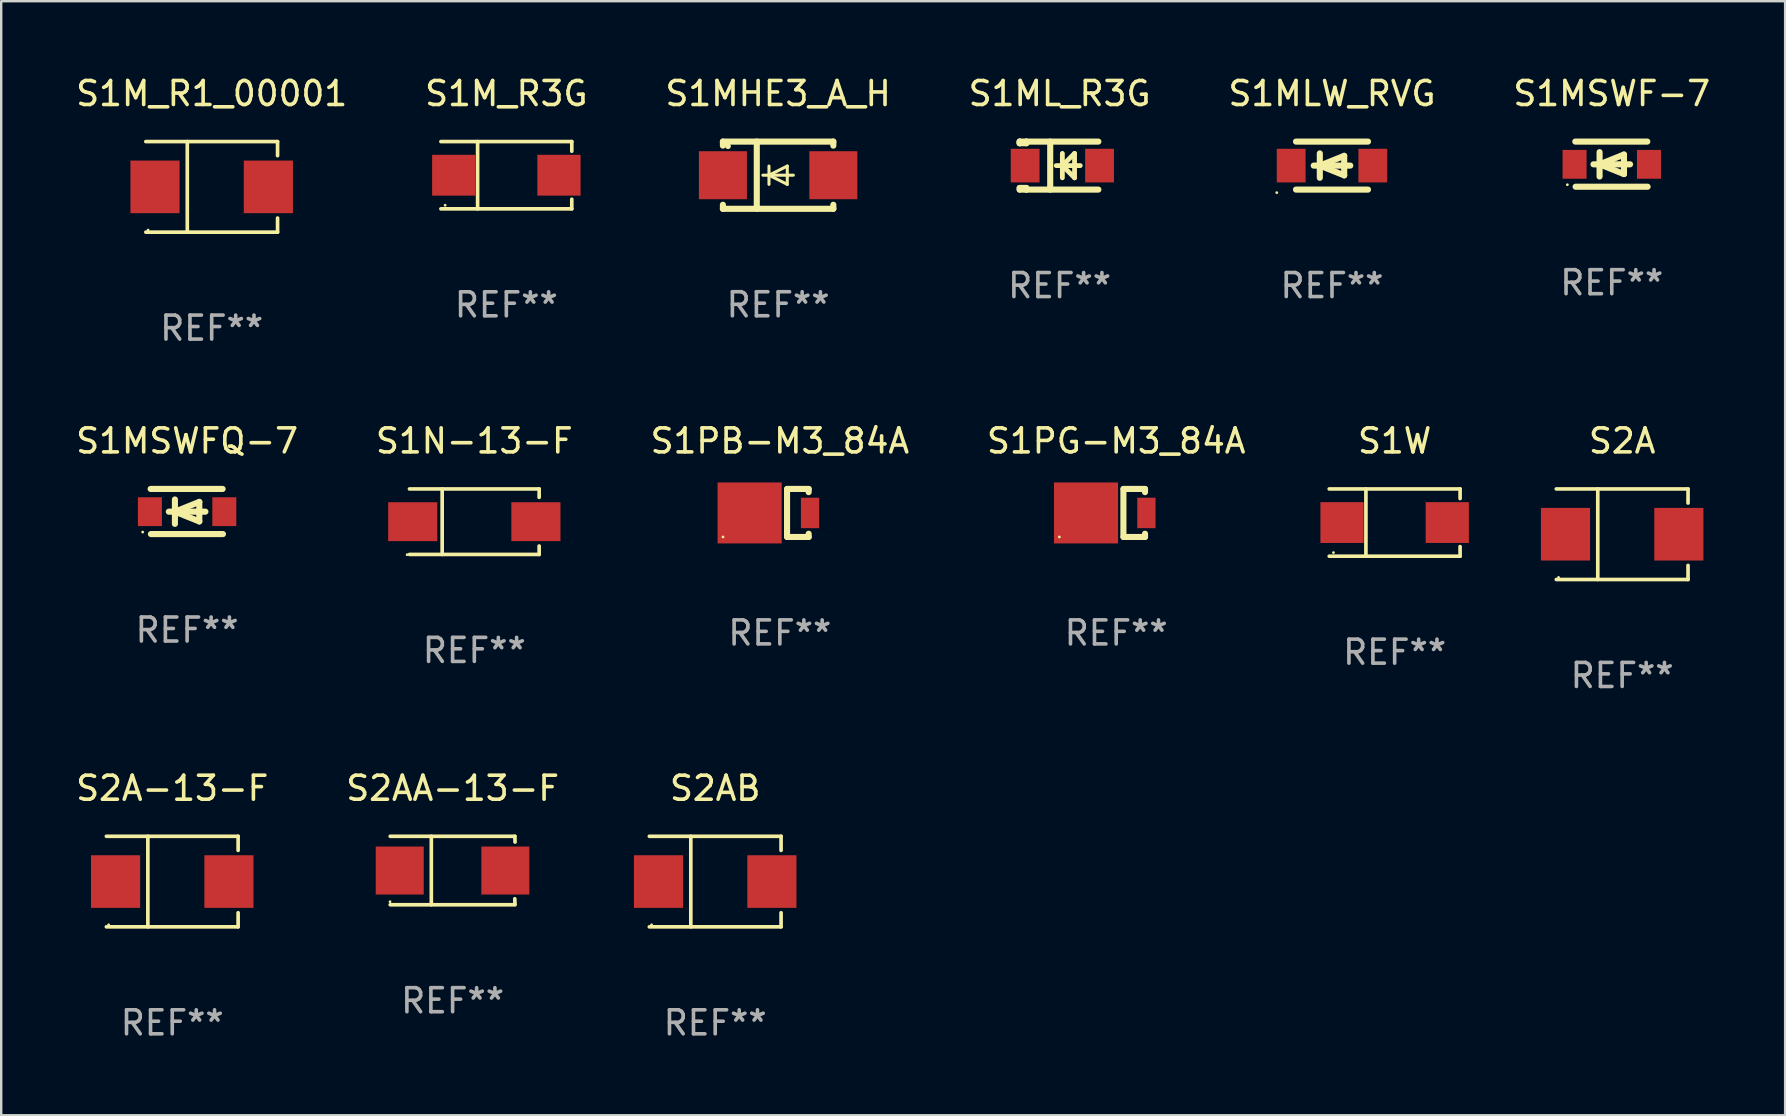
<source format=kicad_pcb>
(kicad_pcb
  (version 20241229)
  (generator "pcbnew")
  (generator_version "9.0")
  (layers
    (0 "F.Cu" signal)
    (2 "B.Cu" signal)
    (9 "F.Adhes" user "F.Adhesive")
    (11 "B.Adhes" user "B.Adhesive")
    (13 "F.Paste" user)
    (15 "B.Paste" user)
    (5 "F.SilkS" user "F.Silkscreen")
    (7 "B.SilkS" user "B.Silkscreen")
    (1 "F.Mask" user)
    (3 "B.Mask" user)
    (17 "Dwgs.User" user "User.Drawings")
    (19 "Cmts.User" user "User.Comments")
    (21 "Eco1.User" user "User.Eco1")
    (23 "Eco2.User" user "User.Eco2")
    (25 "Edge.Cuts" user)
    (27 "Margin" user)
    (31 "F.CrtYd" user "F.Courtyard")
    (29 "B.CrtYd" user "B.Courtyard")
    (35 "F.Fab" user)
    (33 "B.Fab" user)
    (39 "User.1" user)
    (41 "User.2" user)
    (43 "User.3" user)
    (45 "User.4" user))
  (footprint "S1MHE3_A_H"
    (layer "F.Cu")
    (at 29.363 4.248)
    (property "Reference" "S1MHE3_A_H" (at 0 -3.4 0) (layer "F.SilkS") (effects (font (size 1 1) (thickness 0.15))))
    (attr through_hole)
    (fp_line (start -2.3 -1.4) (end -2.3 -1.231) (stroke (width 0.254) (type solid)) (layer "F.SilkS"))
    (fp_line (start -2.3 -1.4) (end 2.3 -1.4) (stroke (width 0.254) (type solid)) (layer "F.SilkS"))
    (fp_line (start -2.3 1.231) (end -2.3 1.4) (stroke (width 0.254) (type solid)) (layer "F.SilkS"))
    (fp_line (start -2.3 1.4) (end 2.3 1.4) (stroke (width 0.254) (type solid)) (layer "F.SilkS"))
    (fp_line (start -0.889 1.4) (end -0.889 -1.4) (stroke (width 0.254) (type solid)) (layer "F.SilkS"))
    (fp_line (start -0.381 0) (end -0.381 -0.381) (stroke (width 0.127) (type solid)) (layer "F.SilkS"))
    (fp_line (start -0.381 0) (end -0.381 0.381) (stroke (width 0.127) (type solid)) (layer "F.SilkS"))
    (fp_line (start 0.381 -0.381) (end -0.381 0) (stroke (width 0.127) (type solid)) (layer "F.SilkS"))
    (fp_line (start 0.381 0) (end 0.381 -0.381) (stroke (width 0.127) (type solid)) (layer "F.SilkS"))
    (fp_line (start 0.381 0) (end 0.381 0.381) (stroke (width 0.127) (type solid)) (layer "F.SilkS"))
    (fp_line (start 0.381 0.381) (end -0.381 0) (stroke (width 0.127) (type solid)) (layer "F.SilkS"))
    (fp_line (start 0.635 0) (end -0.635 0) (stroke (width 0.127) (type solid)) (layer "F.SilkS"))
    (fp_line (start 2.3 -1.4) (end 2.3 -1.231) (stroke (width 0.254) (type solid)) (layer "F.SilkS"))
    (fp_line (start 2.3 1.231) (end 2.3 1.4) (stroke (width 0.254) (type solid)) (layer "F.SilkS"))
    (fp_circle (center -2.088 -1.208) (end -2.028 -1.208) (stroke (width 0.12) (type solid)) (fill no) (layer "F.SilkS"))
    (fp_text user "REF**" (at 0 5.4 0) (layer "F.Fab") (effects (font (size 1 1) (thickness 0.15))))
    (pad "1" smd rect (at -2.3 0 180) (size 2 2) (layers "F.Cu" "F.Mask" "F.Paste"))
    (pad "2" smd rect (at 2.3 0 180) (size 2 2) (layers "F.Cu" "F.Mask" "F.Paste")))
  (footprint "S1M_R3G"
    (layer "F.Cu")
    (at 18.042 4.249)
    (property "Reference" "S1M_R3G" (at 0 -3.401 0) (layer "F.SilkS") (effects (font (size 1 1) (thickness 0.15))))
    (attr through_hole)
    (fp_line (start -2.726 -1.401) (end 2.726 -1.401) (stroke (width 0.152) (type solid)) (layer "F.SilkS"))
    (fp_line (start -2.726 1.401) (end 2.726 1.401) (stroke (width 0.152) (type solid)) (layer "F.SilkS"))
    (fp_line (start -1.197 -1.401) (end -1.197 1.401) (stroke (width 0.152) (type solid)) (layer "F.SilkS"))
    (fp_line (start 2.726 -1.401) (end 2.726 -1) (stroke (width 0.152) (type solid)) (layer "F.SilkS"))
    (fp_line (start 2.726 1.401) (end 2.726 1) (stroke (width 0.152) (type solid)) (layer "F.SilkS"))
    (fp_circle (center -2.55 1.25) (end -2.52 1.25) (stroke (width 0.06) (type solid)) (fill no) (layer "F.SilkS"))
    (fp_text user "REF**" (at 0 5.401 0) (layer "F.Fab") (effects (font (size 1 1) (thickness 0.15))))
    (pad "1" smd rect (at -2.192 0) (size 1.8 1.7) (layers "F.Cu" "F.Mask" "F.Paste"))
    (pad "2" smd rect (at 2.192 0) (size 1.8 1.7) (layers "F.Cu" "F.Mask" "F.Paste")))
  (footprint "S2AB"
    (layer "F.Cu")
    (at 26.742 33.672)
    (property "Reference" "S2AB" (at 0 -3.886 0) (layer "F.SilkS") (effects (font (size 1 1) (thickness 0.15))))
    (attr through_hole)
    (fp_line (start -2.744 -1.886) (end 2.744 -1.886) (stroke (width 0.152) (type solid)) (layer "F.SilkS"))
    (fp_line (start -2.744 1.886) (end 2.744 1.886) (stroke (width 0.152) (type solid)) (layer "F.SilkS"))
    (fp_line (start -1.016 -1.886) (end -1.016 1.886) (stroke (width 0.152) (type solid)) (layer "F.SilkS"))
    (fp_line (start 2.744 -1.886) (end 2.744 -1.299) (stroke (width 0.152) (type solid)) (layer "F.SilkS"))
    (fp_line (start 2.744 1.886) (end 2.744 1.299) (stroke (width 0.152) (type solid)) (layer "F.SilkS"))
    (fp_circle (center -2.65 1.8) (end -2.62 1.8) (stroke (width 0.06) (type solid)) (fill no) (layer "F.SilkS"))
    (fp_text user "REF**" (at 0 5.886 0) (layer "F.Fab") (effects (font (size 1 1) (thickness 0.15))))
    (pad "1" smd rect (at -2.361 0) (size 2.047 2.192) (layers "F.Cu" "F.Mask" "F.Paste"))
    (pad "2" smd rect (at 2.361 0) (size 2.047 2.192) (layers "F.Cu" "F.Mask" "F.Paste")))
  (footprint "S2A"
    (layer "F.Cu")
    (at 64.522 19.203)
    (property "Reference" "S2A" (at 0 -3.886 0) (layer "F.SilkS") (effects (font (size 1 1) (thickness 0.15))))
    (attr through_hole)
    (fp_line (start -2.744 -1.886) (end 2.744 -1.886) (stroke (width 0.152) (type solid)) (layer "F.SilkS"))
    (fp_line (start -2.744 1.886) (end 2.744 1.886) (stroke (width 0.152) (type solid)) (layer "F.SilkS"))
    (fp_line (start -1.016 -1.886) (end -1.016 1.886) (stroke (width 0.152) (type solid)) (layer "F.SilkS"))
    (fp_line (start 2.744 -1.886) (end 2.744 -1.299) (stroke (width 0.152) (type solid)) (layer "F.SilkS"))
    (fp_line (start 2.744 1.886) (end 2.744 1.299) (stroke (width 0.152) (type solid)) (layer "F.SilkS"))
    (fp_circle (center -2.65 1.8) (end -2.62 1.8) (stroke (width 0.06) (type solid)) (fill no) (layer "F.SilkS"))
    (fp_text user "REF**" (at 0 5.886 0) (layer "F.Fab") (effects (font (size 1 1) (thickness 0.15))))
    (pad "1" smd rect (at -2.361 0) (size 2.047 2.192) (layers "F.Cu" "F.Mask" "F.Paste"))
    (pad "2" smd rect (at 2.361 0) (size 2.047 2.192) (layers "F.Cu" "F.Mask" "F.Paste")))
  (footprint "S1ML_R3G"
    (layer "F.Cu")
    (at 41.089 3.848)
    (property "Reference" "S1ML_R3G" (at 0 -3 0) (layer "F.SilkS") (effects (font (size 1 1) (thickness 0.15))))
    (attr through_hole)
    (fp_line (start -1.664 -1) (end -1.664 -0.931) (stroke (width 0.254) (type solid)) (layer "F.SilkS"))
    (fp_line (start -1.664 -0.931) (end -1.664 -1) (stroke (width 0.254) (type solid)) (layer "F.SilkS"))
    (fp_line (start -1.664 0.931) (end -1.386 0.931) (stroke (width 0.254) (type solid)) (layer "F.SilkS"))
    (fp_line (start -1.664 1) (end -1.664 0.931) (stroke (width 0.254) (type solid)) (layer "F.SilkS"))
    (fp_line (start -1.386 -1) (end -1.664 -1) (stroke (width 0.254) (type solid)) (layer "F.SilkS"))
    (fp_line (start -1.386 -1) (end -1.386 -0.931) (stroke (width 0.254) (type solid)) (layer "F.SilkS"))
    (fp_line (start -1.386 -1) (end 1.614 -1) (stroke (width 0.254) (type solid)) (layer "F.SilkS"))
    (fp_line (start -1.386 -0.931) (end -1.664 -0.931) (stroke (width 0.254) (type solid)) (layer "F.SilkS"))
    (fp_line (start -1.386 0.931) (end -1.386 1) (stroke (width 0.254) (type solid)) (layer "F.SilkS"))
    (fp_line (start -1.386 1) (end -1.664 1) (stroke (width 0.254) (type solid)) (layer "F.SilkS"))
    (fp_line (start -1.386 1) (end 1.614 1) (stroke (width 0.254) (type solid)) (layer "F.SilkS"))
    (fp_line (start -0.392 -1) (end -0.392 1) (stroke (width 0.254) (type solid)) (layer "F.SilkS"))
    (fp_line (start -0.14 0) (end 0.86 0) (stroke (width 0.2) (type solid)) (layer "F.SilkS"))
    (fp_line (start 0.114 -0.508) (end 0.114 0.508) (stroke (width 0.2) (type solid)) (layer "F.SilkS"))
    (fp_line (start 0.114 0) (end 0.622 -0.508) (stroke (width 0.2) (type solid)) (layer "F.SilkS"))
    (fp_line (start 0.622 -0.508) (end 0.622 0.508) (stroke (width 0.2) (type solid)) (layer "F.SilkS"))
    (fp_line (start 0.622 0.508) (end 0.114 0) (stroke (width 0.2) (type solid)) (layer "F.SilkS"))
    (fp_circle (center -1.692 0.9) (end -1.662 0.9) (stroke (width 0.06) (type solid)) (fill no) (layer "F.SilkS"))
    (fp_text user "REF**" (at 0 5 0) (layer "F.Fab") (effects (font (size 1 1) (thickness 0.15))))
    (pad "1" smd rect (at -1.436 0) (size 1.2 1.4) (layers "F.Cu" "F.Mask" "F.Paste"))
    (pad "2" smd rect (at 1.664 0) (size 1.2 1.4) (layers "F.Cu" "F.Mask" "F.Paste")))
  (footprint "S1MSWFQ-7"
    (layer "F.Cu")
    (at 4.744 18.257)
    (property "Reference" "S1MSWFQ-7" (at 0 -2.94 0) (layer "F.SilkS") (effects (font (size 1 1) (thickness 0.15))))
    (attr through_hole)
    (fp_line (start -1.52 -0.94) (end 1.48 -0.94) (stroke (width 0.254) (type solid)) (layer "F.SilkS"))
    (fp_line (start -1.507 0.94) (end 1.493 0.94) (stroke (width 0.254) (type solid)) (layer "F.SilkS"))
    (fp_line (start -0.762 0.007) (end 0.762 0.007) (stroke (width 0.254) (type solid)) (layer "F.SilkS"))
    (fp_line (start -0.508 -0.501) (end -0.508 0.515) (stroke (width 0.254) (type solid)) (layer "F.SilkS"))
    (fp_line (start -0.508 0.007) (end 0.508 -0.4) (stroke (width 0.254) (type solid)) (layer "F.SilkS"))
    (fp_line (start 0.508 -0.4) (end 0.508 0.413) (stroke (width 0.254) (type solid)) (layer "F.SilkS"))
    (fp_line (start 0.508 0.413) (end -0.508 0.007) (stroke (width 0.254) (type solid)) (layer "F.SilkS"))
    (fp_circle (center -1.85 0.857) (end -1.82 0.857) (stroke (width 0.06) (type solid)) (fill no) (layer "F.SilkS"))
    (fp_text user "REF**" (at 0 4.94 0) (layer "F.Fab") (effects (font (size 1 1) (thickness 0.15))))
    (pad "1" smd rect (at -1.55 0.007) (size 1 1.2) (layers "F.Cu" "F.Mask" "F.Paste"))
    (pad "2" smd rect (at 1.55 0.007) (size 1 1.2) (layers "F.Cu" "F.Mask" "F.Paste")))
  (footprint "S2A-13-F"
    (layer "F.Cu")
    (at 4.125 33.672)
    (property "Reference" "S2A-13-F" (at 0 -3.886 0) (layer "F.SilkS") (effects (font (size 1 1) (thickness 0.15))))
    (attr through_hole)
    (fp_line (start -2.744 -1.886) (end 2.744 -1.886) (stroke (width 0.152) (type solid)) (layer "F.SilkS"))
    (fp_line (start -2.744 1.886) (end 2.744 1.886) (stroke (width 0.152) (type solid)) (layer "F.SilkS"))
    (fp_line (start -1.016 -1.886) (end -1.016 1.886) (stroke (width 0.152) (type solid)) (layer "F.SilkS"))
    (fp_line (start 2.744 -1.886) (end 2.744 -1.299) (stroke (width 0.152) (type solid)) (layer "F.SilkS"))
    (fp_line (start 2.744 1.886) (end 2.744 1.299) (stroke (width 0.152) (type solid)) (layer "F.SilkS"))
    (fp_circle (center -2.65 1.8) (end -2.62 1.8) (stroke (width 0.06) (type solid)) (fill no) (layer "F.SilkS"))
    (fp_text user "REF**" (at 0 5.886 0) (layer "F.Fab") (effects (font (size 1 1) (thickness 0.15))))
    (pad "1" smd rect (at -2.361 0) (size 2.047 2.192) (layers "F.Cu" "F.Mask" "F.Paste"))
    (pad "2" smd rect (at 2.361 0) (size 2.047 2.192) (layers "F.Cu" "F.Mask" "F.Paste")))
  (footprint "S1W"
    (layer "F.Cu")
    (at 55.045 18.718)
    (property "Reference" "S1W" (at 0 -3.401 0) (layer "F.SilkS") (effects (font (size 1 1) (thickness 0.15))))
    (attr through_hole)
    (fp_line (start -2.726 -1.401) (end 2.726 -1.401) (stroke (width 0.152) (type solid)) (layer "F.SilkS"))
    (fp_line (start -2.726 1.401) (end 2.726 1.401) (stroke (width 0.152) (type solid)) (layer "F.SilkS"))
    (fp_line (start -1.197 -1.401) (end -1.197 1.401) (stroke (width 0.152) (type solid)) (layer "F.SilkS"))
    (fp_line (start 2.726 -1.401) (end 2.726 -1) (stroke (width 0.152) (type solid)) (layer "F.SilkS"))
    (fp_line (start 2.726 1.401) (end 2.726 1) (stroke (width 0.152) (type solid)) (layer "F.SilkS"))
    (fp_circle (center -2.55 1.25) (end -2.52 1.25) (stroke (width 0.06) (type solid)) (fill no) (layer "F.SilkS"))
    (fp_text user "REF**" (at 0 5.401 0) (layer "F.Fab") (effects (font (size 1 1) (thickness 0.15))))
    (pad "1" smd rect (at -2.192 0) (size 1.8 1.7) (layers "F.Cu" "F.Mask" "F.Paste"))
    (pad "2" smd rect (at 2.192 0) (size 1.8 1.7) (layers "F.Cu" "F.Mask" "F.Paste")))
  (footprint "S1MSWF-7"
    (layer "F.Cu")
    (at 64.089 3.788)
    (property "Reference" "S1MSWF-7" (at 0 -2.94 0) (layer "F.SilkS") (effects (font (size 1 1) (thickness 0.15))))
    (attr through_hole)
    (fp_line (start -1.52 -0.94) (end 1.48 -0.94) (stroke (width 0.254) (type solid)) (layer "F.SilkS"))
    (fp_line (start -1.507 0.94) (end 1.493 0.94) (stroke (width 0.254) (type solid)) (layer "F.SilkS"))
    (fp_line (start -0.762 0.007) (end 0.762 0.007) (stroke (width 0.254) (type solid)) (layer "F.SilkS"))
    (fp_line (start -0.508 -0.501) (end -0.508 0.515) (stroke (width 0.254) (type solid)) (layer "F.SilkS"))
    (fp_line (start -0.508 0.007) (end 0.508 -0.4) (stroke (width 0.254) (type solid)) (layer "F.SilkS"))
    (fp_line (start 0.508 -0.4) (end 0.508 0.413) (stroke (width 0.254) (type solid)) (layer "F.SilkS"))
    (fp_line (start 0.508 0.413) (end -0.508 0.007) (stroke (width 0.254) (type solid)) (layer "F.SilkS"))
    (fp_circle (center -1.85 0.857) (end -1.82 0.857) (stroke (width 0.06) (type solid)) (fill no) (layer "F.SilkS"))
    (fp_text user "REF**" (at 0 4.94 0) (layer "F.Fab") (effects (font (size 1 1) (thickness 0.15))))
    (pad "1" smd rect (at -1.55 0.007) (size 1 1.2) (layers "F.Cu" "F.Mask" "F.Paste"))
    (pad "2" smd rect (at 1.55 0.007) (size 1 1.2) (layers "F.Cu" "F.Mask" "F.Paste")))
  (footprint "S1PB-M3_84A"
    (layer "F.Cu")
    (at 29.435 18.317)
    (property "Reference" "S1PB-M3_84A" (at 0 -3 0) (layer "F.SilkS") (effects (font (size 1 1) (thickness 0.15))))
    (attr through_hole)
    (fp_line (start 0.3 -1) (end 0.3 1) (stroke (width 0.254) (type solid)) (layer "F.SilkS"))
    (fp_line (start 1.2 -1) (end 0.308 -1) (stroke (width 0.254) (type solid)) (layer "F.SilkS"))
    (fp_line (start 1.2 -1) (end 1.2 -0.866) (stroke (width 0.254) (type solid)) (layer "F.SilkS"))
    (fp_line (start 1.2 1) (end 0.308 1) (stroke (width 0.254) (type solid)) (layer "F.SilkS"))
    (fp_line (start 1.2 1) (end 1.2 0.866) (stroke (width 0.254) (type solid)) (layer "F.SilkS"))
    (fp_circle (center -2.368 1) (end -2.338 1) (stroke (width 0.06) (type solid)) (fill no) (layer "F.SilkS"))
    (fp_text user "REF**" (at 0 5 0) (layer "F.Fab") (effects (font (size 1 1) (thickness 0.15))))
    (pad "1" smd rect (at -1.258 0) (size 2.67 2.54) (layers "F.Cu" "F.Mask" "F.Paste"))
    (pad "2" smd rect (at 1.258 0) (size 0.762 1.27) (layers "F.Cu" "F.Mask" "F.Paste")))
  (footprint "S1N-13-F"
    (layer "F.Cu")
    (at 16.708 18.681)
    (property "Reference" "S1N-13-F" (at 0 -3.364 0) (layer "F.SilkS") (effects (font (size 1 1) (thickness 0.15))))
    (attr through_hole)
    (fp_line (start -2.701 -1.364) (end 2.701 -1.364) (stroke (width 0.152) (type solid)) (layer "F.SilkS"))
    (fp_line (start -2.701 1.364) (end 2.701 1.364) (stroke (width 0.152) (type solid)) (layer "F.SilkS"))
    (fp_line (start -1.339 -1.364) (end -1.339 1.364) (stroke (width 0.152) (type solid)) (layer "F.SilkS"))
    (fp_line (start 2.701 -1.364) (end 2.701 -1.013) (stroke (width 0.152) (type solid)) (layer "F.SilkS"))
    (fp_line (start 2.701 1.364) (end 2.701 1.013) (stroke (width 0.152) (type solid)) (layer "F.SilkS"))
    (fp_circle (center -2.8 1.375) (end -2.77 1.375) (stroke (width 0.06) (type solid)) (fill no) (layer "F.SilkS"))
    (fp_text user "REF**" (at 0 5.364 0) (layer "F.Fab") (effects (font (size 1 1) (thickness 0.15))))
    (pad "1" smd rect (at -2.565 -0.000025) (size 2.046 1.62) (layers "F.Cu" "F.Mask" "F.Paste"))
    (pad "2" smd rect (at 2.565 -0.000025) (size 2.046 1.62) (layers "F.Cu" "F.Mask" "F.Paste")))
  (footprint "S1PG-M3_84A"
    (layer "F.Cu")
    (at 43.446 18.317)
    (property "Reference" "S1PG-M3_84A" (at 0 -3 0) (layer "F.SilkS") (effects (font (size 1 1) (thickness 0.15))))
    (attr through_hole)
    (fp_line (start 0.3 -1) (end 0.3 1) (stroke (width 0.254) (type solid)) (layer "F.SilkS"))
    (fp_line (start 1.2 -1) (end 0.308 -1) (stroke (width 0.254) (type solid)) (layer "F.SilkS"))
    (fp_line (start 1.2 -1) (end 1.2 -0.866) (stroke (width 0.254) (type solid)) (layer "F.SilkS"))
    (fp_line (start 1.2 1) (end 0.308 1) (stroke (width 0.254) (type solid)) (layer "F.SilkS"))
    (fp_line (start 1.2 1) (end 1.2 0.866) (stroke (width 0.254) (type solid)) (layer "F.SilkS"))
    (fp_circle (center -2.368 1) (end -2.338 1) (stroke (width 0.06) (type solid)) (fill no) (layer "F.SilkS"))
    (fp_text user "REF**" (at 0 5 0) (layer "F.Fab") (effects (font (size 1 1) (thickness 0.15))))
    (pad "1" smd rect (at -1.258 0) (size 2.67 2.54) (layers "F.Cu" "F.Mask" "F.Paste"))
    (pad "2" smd rect (at 1.258 0) (size 0.762 1.27) (layers "F.Cu" "F.Mask" "F.Paste")))
  (footprint "S1MLW_RVG"
    (layer "F.Cu")
    (at 52.435 3.848)
    (property "Reference" "S1MLW_RVG" (at 0 -3 0) (layer "F.SilkS") (effects (font (size 1 1) (thickness 0.15))))
    (attr through_hole)
    (fp_line (start -1.5 -1) (end 1.5 -1) (stroke (width 0.254) (type solid)) (layer "F.SilkS"))
    (fp_line (start -1.5 1) (end 1.5 1) (stroke (width 0.254) (type solid)) (layer "F.SilkS"))
    (fp_line (start -0.762 0) (end 0.762 0) (stroke (width 0.254) (type solid)) (layer "F.SilkS"))
    (fp_line (start -0.508 -0.508) (end -0.508 0.508) (stroke (width 0.254) (type solid)) (layer "F.SilkS"))
    (fp_line (start -0.508 0) (end 0.508 -0.406) (stroke (width 0.254) (type solid)) (layer "F.SilkS"))
    (fp_line (start 0.508 -0.406) (end 0.508 0.406) (stroke (width 0.254) (type solid)) (layer "F.SilkS"))
    (fp_line (start 0.508 0.406) (end -0.508 0) (stroke (width 0.254) (type solid)) (layer "F.SilkS"))
    (fp_circle (center -2.3 1.127) (end -2.27 1.127) (stroke (width 0.06) (type solid)) (fill no) (layer "F.SilkS"))
    (fp_text user "REF**" (at 0 5 0) (layer "F.Fab") (effects (font (size 1 1) (thickness 0.15))))
    (pad "1" smd rect (at -1.7 0) (size 1.2 1.4) (layers "F.Cu" "F.Mask" "F.Paste"))
    (pad "2" smd rect (at 1.7 0) (size 1.2 1.4) (layers "F.Cu" "F.Mask" "F.Paste")))
  (footprint "S1M_R1_00001"
    (layer "F.Cu")
    (at 5.768 4.734)
    (property "Reference" "S1M_R1_00001" (at 0 -3.886 0) (layer "F.SilkS") (effects (font (size 1 1) (thickness 0.15))))
    (attr through_hole)
    (fp_line (start -2.744 -1.886) (end 2.744 -1.886) (stroke (width 0.152) (type solid)) (layer "F.SilkS"))
    (fp_line (start -2.744 1.886) (end 2.744 1.886) (stroke (width 0.152) (type solid)) (layer "F.SilkS"))
    (fp_line (start -1.016 -1.886) (end -1.016 1.886) (stroke (width 0.152) (type solid)) (layer "F.SilkS"))
    (fp_line (start 2.744 -1.886) (end 2.744 -1.299) (stroke (width 0.152) (type solid)) (layer "F.SilkS"))
    (fp_line (start 2.744 1.886) (end 2.744 1.299) (stroke (width 0.152) (type solid)) (layer "F.SilkS"))
    (fp_circle (center -2.65 1.8) (end -2.62 1.8) (stroke (width 0.06) (type solid)) (fill no) (layer "F.SilkS"))
    (fp_text user "REF**" (at 0 5.886 0) (layer "F.Fab") (effects (font (size 1 1) (thickness 0.15))))
    (pad "1" smd rect (at -2.361 0) (size 2.047 2.192) (layers "F.Cu" "F.Mask" "F.Paste"))
    (pad "2" smd rect (at 2.361 0) (size 2.047 2.192) (layers "F.Cu" "F.Mask" "F.Paste")))
  (footprint "S2AA-13-F"
    (layer "F.Cu")
    (at 15.804 33.212)
    (property "Reference" "S2AA-13-F" (at 0 -3.426 0) (layer "F.SilkS") (effects (font (size 1 1) (thickness 0.15))))
    (attr through_hole)
    (fp_line (start -2.6 -1.426) (end 2.593 -1.426) (stroke (width 0.152) (type solid)) (layer "F.SilkS"))
    (fp_line (start -2.6 1.426) (end 2.593 1.426) (stroke (width 0.152) (type solid)) (layer "F.SilkS"))
    (fp_line (start -0.887 -1.426) (end -0.887 1.426) (stroke (width 0.152) (type solid)) (layer "F.SilkS"))
    (fp_line (start 2.59 1.176) (end 2.597 1.415) (stroke (width 0.152) (type solid)) (layer "F.SilkS"))
    (fp_line (start 2.593 -1.426) (end 2.6 -1.187) (stroke (width 0.152) (type solid)) (layer "F.SilkS"))
    (fp_circle (center -2.608 1.3) (end -2.578 1.3) (stroke (width 0.06) (type solid)) (fill no) (layer "F.SilkS"))
    (fp_text user "REF**" (at 0 5.426 0) (layer "F.Fab") (effects (font (size 1 1) (thickness 0.15))))
    (pad "1" smd rect (at -2.203 0 180) (size 2 2) (layers "F.Cu" "F.Mask" "F.Paste"))
    (pad "2" smd rect (at 2.197 0 180) (size 2 2) (layers "F.Cu" "F.Mask" "F.Paste")))
  (gr_rect
    (start -3 -3)
    (end 71.31 43.407)
    (stroke (width 0.1) (type default))
    (fill no)
    (layer "Edge.Cuts")))
</source>
